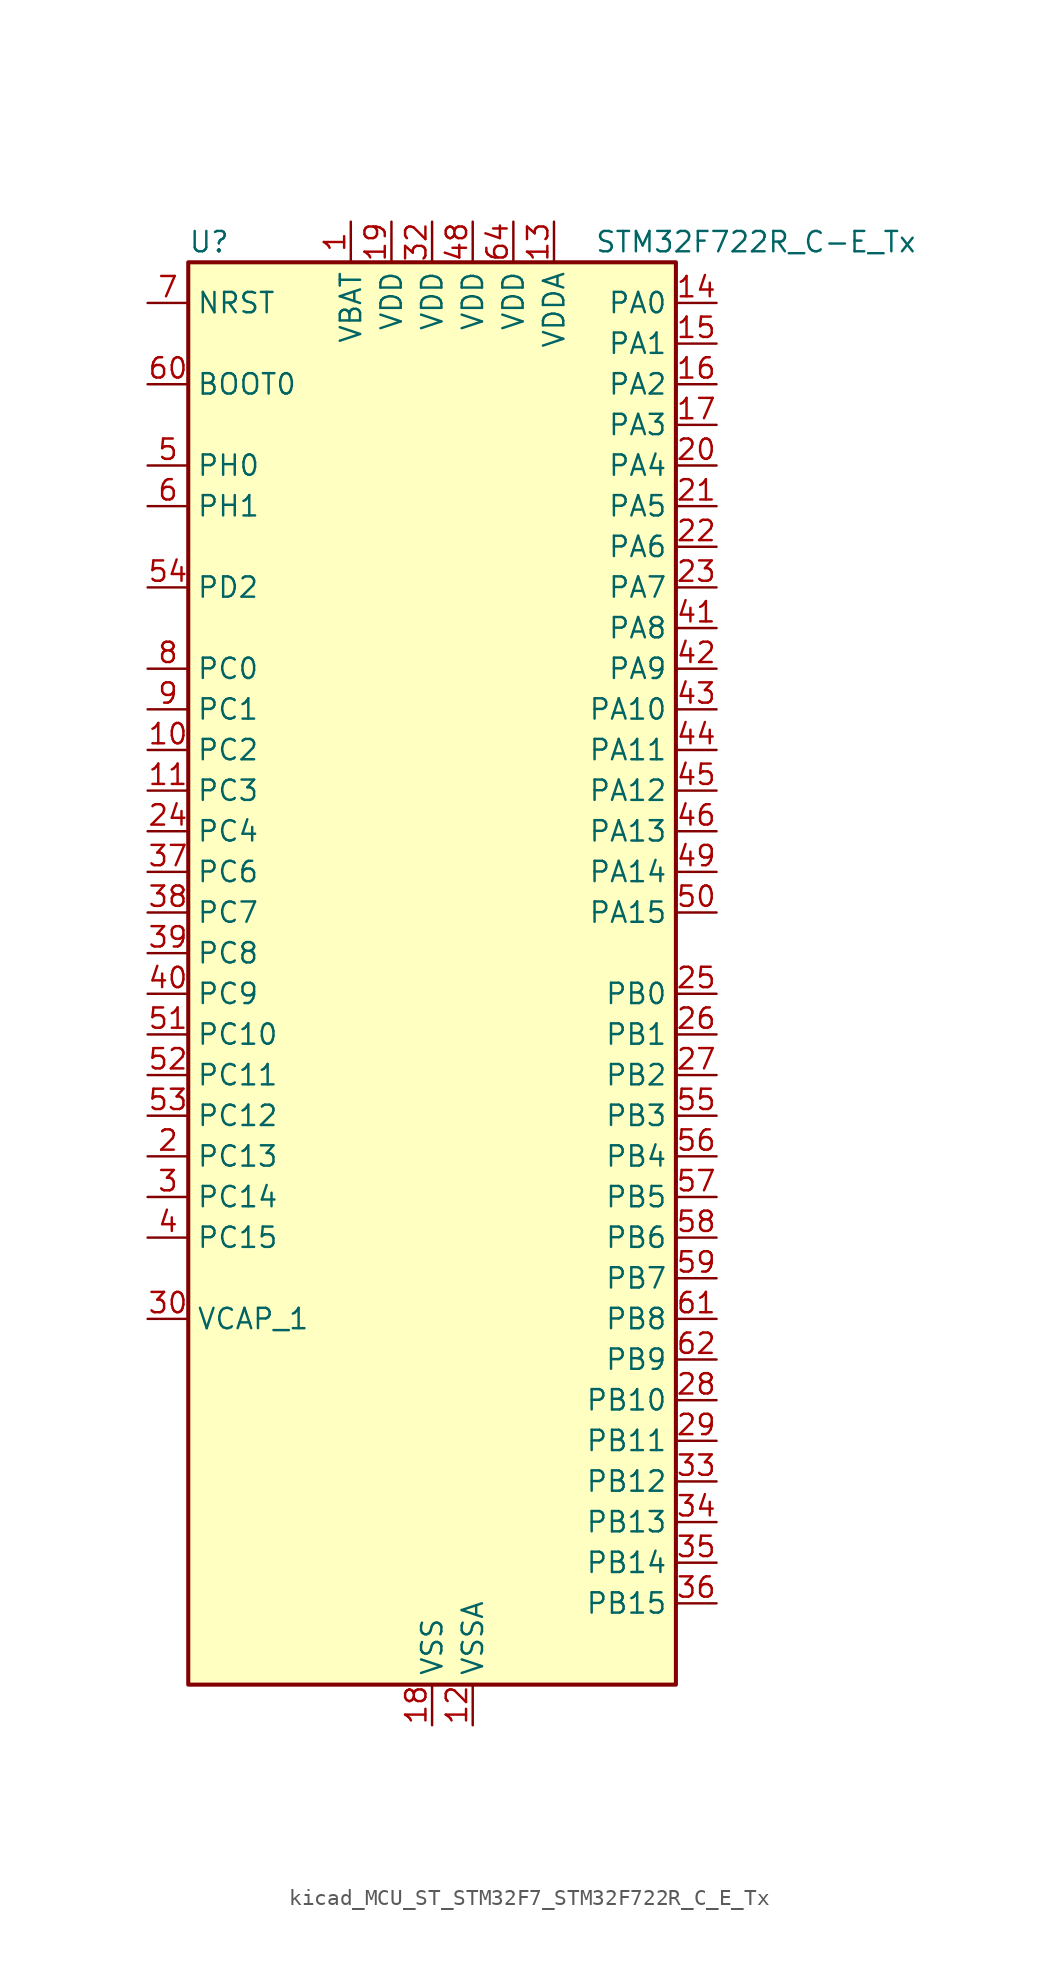
<source format=kicad_sym>
(kicad_symbol_lib
  (version 20220914)
  (generator kicad_symbol_editor)
  (symbol "kicad_MCU_ST_STM32F7_STM32F722R_C_E_Tx"
    (property "Reference" "U"
      (at -15.24 46.99 0)
      (effects (font (size 1.27 1.27)) (justify left)))
    (property "Value" "STM32F722R_C-E_Tx"
      (at 10.16 46.99 0)
      (effects (font (size 1.27 1.27)) (justify left)))
    (property "ki_locked" ""
      (at 0 0 0)
      (effects (font (size 1.27 1.27))))
    (symbol "kicad_MCU_ST_STM32F7_STM32F722R_C_E_Tx_0_1"
      (rectangle (start -15.24 -43.18) (end 15.24 45.72) (stroke (width 0.254) (type default)) (fill (type background))))
    (symbol "kicad_MCU_ST_STM32F7_STM32F722R_C_E_Tx_1_1"
      (pin power_in line (at -5.08 48.26 270) (length 2.54) (name "VBAT" (effects (font (size 1.27 1.27)))) (number "1" (effects (font (size 1.27 1.27)))))
      (pin bidirectional line (at -17.78 15.24 0) (length 2.54) (name "PC2" (effects (font (size 1.27 1.27)))) (number "10" (effects (font (size 1.27 1.27)))) (alternate "ADC1_IN12" bidirectional line) (alternate "ADC2_IN12" bidirectional line) (alternate "ADC3_IN12" bidirectional line) (alternate "SPI2_MISO" bidirectional line) (alternate "USB_OTG_HS_ULPI_DIR" bidirectional line))
      (pin bidirectional line (at -17.78 12.7 0) (length 2.54) (name "PC3" (effects (font (size 1.27 1.27)))) (number "11" (effects (font (size 1.27 1.27)))) (alternate "ADC1_IN13" bidirectional line) (alternate "ADC2_IN13" bidirectional line) (alternate "ADC3_IN13" bidirectional line) (alternate "I2S2_SD" bidirectional line) (alternate "SPI2_MOSI" bidirectional line) (alternate "USB_OTG_HS_ULPI_NXT" bidirectional line))
      (pin power_in line (at 2.54 -45.72 90) (length 2.54) (name "VSSA" (effects (font (size 1.27 1.27)))) (number "12" (effects (font (size 1.27 1.27)))))
      (pin power_in line (at 7.62 48.26 270) (length 2.54) (name "VDDA" (effects (font (size 1.27 1.27)))) (number "13" (effects (font (size 1.27 1.27)))))
      (pin bidirectional line (at 17.78 43.18 180) (length 2.54) (name "PA0" (effects (font (size 1.27 1.27)))) (number "14" (effects (font (size 1.27 1.27)))) (alternate "ADC1_IN0" bidirectional line) (alternate "ADC2_IN0" bidirectional line) (alternate "ADC3_IN0" bidirectional line) (alternate "SAI2_SD_B" bidirectional line) (alternate "SYS_WKUP1" bidirectional line) (alternate "TIM2_CH1" bidirectional line) (alternate "TIM2_ETR" bidirectional line) (alternate "TIM5_CH1" bidirectional line) (alternate "TIM8_ETR" bidirectional line) (alternate "UART4_TX" bidirectional line) (alternate "USART2_CTS" bidirectional line))
      (pin bidirectional line (at 17.78 40.64 180) (length 2.54) (name "PA1" (effects (font (size 1.27 1.27)))) (number "15" (effects (font (size 1.27 1.27)))) (alternate "ADC1_IN1" bidirectional line) (alternate "ADC2_IN1" bidirectional line) (alternate "ADC3_IN1" bidirectional line) (alternate "QUADSPI_BK1_IO3" bidirectional line) (alternate "SAI2_MCLK_B" bidirectional line) (alternate "TIM2_CH2" bidirectional line) (alternate "TIM5_CH2" bidirectional line) (alternate "UART4_RX" bidirectional line) (alternate "USART2_DE" bidirectional line) (alternate "USART2_RTS" bidirectional line))
      (pin bidirectional line (at 17.78 38.1 180) (length 2.54) (name "PA2" (effects (font (size 1.27 1.27)))) (number "16" (effects (font (size 1.27 1.27)))) (alternate "ADC1_IN2" bidirectional line) (alternate "ADC2_IN2" bidirectional line) (alternate "ADC3_IN2" bidirectional line) (alternate "SAI2_SCK_B" bidirectional line) (alternate "SYS_WKUP2" bidirectional line) (alternate "TIM2_CH3" bidirectional line) (alternate "TIM5_CH3" bidirectional line) (alternate "TIM9_CH1" bidirectional line) (alternate "USART2_TX" bidirectional line))
      (pin bidirectional line (at 17.78 35.56 180) (length 2.54) (name "PA3" (effects (font (size 1.27 1.27)))) (number "17" (effects (font (size 1.27 1.27)))) (alternate "ADC1_IN3" bidirectional line) (alternate "ADC2_IN3" bidirectional line) (alternate "ADC3_IN3" bidirectional line) (alternate "TIM2_CH4" bidirectional line) (alternate "TIM5_CH4" bidirectional line) (alternate "TIM9_CH2" bidirectional line) (alternate "USART2_RX" bidirectional line) (alternate "USB_OTG_HS_ULPI_D0" bidirectional line))
      (pin power_in line (at 0 -45.72 90) (length 2.54) (name "VSS" (effects (font (size 1.27 1.27)))) (number "18" (effects (font (size 1.27 1.27)))))
      (pin power_in line (at -2.54 48.26 270) (length 2.54) (name "VDD" (effects (font (size 1.27 1.27)))) (number "19" (effects (font (size 1.27 1.27)))))
      (pin bidirectional line (at -17.78 -10.16 0) (length 2.54) (name "PC13" (effects (font (size 1.27 1.27)))) (number "2" (effects (font (size 1.27 1.27)))) (alternate "RTC_OUT" bidirectional line) (alternate "RTC_TAMP1" bidirectional line) (alternate "RTC_TS" bidirectional line) (alternate "SYS_WKUP4" bidirectional line))
      (pin bidirectional line (at 17.78 33.02 180) (length 2.54) (name "PA4" (effects (font (size 1.27 1.27)))) (number "20" (effects (font (size 1.27 1.27)))) (alternate "ADC1_IN4" bidirectional line) (alternate "ADC2_IN4" bidirectional line) (alternate "DAC_OUT1" bidirectional line) (alternate "I2S1_WS" bidirectional line) (alternate "I2S3_WS" bidirectional line) (alternate "SPI1_NSS" bidirectional line) (alternate "SPI3_NSS" bidirectional line) (alternate "USART2_CK" bidirectional line) (alternate "USB_OTG_HS_SOF" bidirectional line))
      (pin bidirectional line (at 17.78 30.48 180) (length 2.54) (name "PA5" (effects (font (size 1.27 1.27)))) (number "21" (effects (font (size 1.27 1.27)))) (alternate "ADC1_IN5" bidirectional line) (alternate "ADC2_IN5" bidirectional line) (alternate "DAC_OUT2" bidirectional line) (alternate "I2S1_CK" bidirectional line) (alternate "SPI1_SCK" bidirectional line) (alternate "TIM2_CH1" bidirectional line) (alternate "TIM2_ETR" bidirectional line) (alternate "TIM8_CH1N" bidirectional line) (alternate "USB_OTG_HS_ULPI_CK" bidirectional line))
      (pin bidirectional line (at 17.78 27.94 180) (length 2.54) (name "PA6" (effects (font (size 1.27 1.27)))) (number "22" (effects (font (size 1.27 1.27)))) (alternate "ADC1_IN6" bidirectional line) (alternate "ADC2_IN6" bidirectional line) (alternate "SPI1_MISO" bidirectional line) (alternate "TIM13_CH1" bidirectional line) (alternate "TIM1_BKIN" bidirectional line) (alternate "TIM3_CH1" bidirectional line) (alternate "TIM8_BKIN" bidirectional line))
      (pin bidirectional line (at 17.78 25.4 180) (length 2.54) (name "PA7" (effects (font (size 1.27 1.27)))) (number "23" (effects (font (size 1.27 1.27)))) (alternate "ADC1_IN7" bidirectional line) (alternate "ADC2_IN7" bidirectional line) (alternate "I2S1_SD" bidirectional line) (alternate "SPI1_MOSI" bidirectional line) (alternate "TIM14_CH1" bidirectional line) (alternate "TIM1_CH1N" bidirectional line) (alternate "TIM3_CH2" bidirectional line) (alternate "TIM8_CH1N" bidirectional line))
      (pin bidirectional line (at -17.78 10.16 0) (length 2.54) (name "PC4" (effects (font (size 1.27 1.27)))) (number "24" (effects (font (size 1.27 1.27)))) (alternate "ADC1_IN14" bidirectional line) (alternate "ADC2_IN14" bidirectional line) (alternate "I2S1_MCK" bidirectional line))
      (pin bidirectional line (at 17.78 0 180) (length 2.54) (name "PB0" (effects (font (size 1.27 1.27)))) (number "25" (effects (font (size 1.27 1.27)))) (alternate "ADC1_IN8" bidirectional line) (alternate "ADC2_IN8" bidirectional line) (alternate "TIM1_CH2N" bidirectional line) (alternate "TIM3_CH3" bidirectional line) (alternate "TIM8_CH2N" bidirectional line) (alternate "UART4_CTS" bidirectional line) (alternate "USB_OTG_HS_ULPI_D1" bidirectional line))
      (pin bidirectional line (at 17.78 -2.54 180) (length 2.54) (name "PB1" (effects (font (size 1.27 1.27)))) (number "26" (effects (font (size 1.27 1.27)))) (alternate "ADC1_IN9" bidirectional line) (alternate "ADC2_IN9" bidirectional line) (alternate "TIM1_CH3N" bidirectional line) (alternate "TIM3_CH4" bidirectional line) (alternate "TIM8_CH3N" bidirectional line) (alternate "USB_OTG_HS_ULPI_D2" bidirectional line))
      (pin bidirectional line (at 17.78 -5.08 180) (length 2.54) (name "PB2" (effects (font (size 1.27 1.27)))) (number "27" (effects (font (size 1.27 1.27)))) (alternate "I2S3_SD" bidirectional line) (alternate "QUADSPI_CLK" bidirectional line) (alternate "SAI1_SD_A" bidirectional line) (alternate "SPI3_MOSI" bidirectional line))
      (pin bidirectional line (at 17.78 -25.4 180) (length 2.54) (name "PB10" (effects (font (size 1.27 1.27)))) (number "28" (effects (font (size 1.27 1.27)))) (alternate "I2C2_SCL" bidirectional line) (alternate "I2S2_CK" bidirectional line) (alternate "SPI2_SCK" bidirectional line) (alternate "TIM2_CH3" bidirectional line) (alternate "USART3_TX" bidirectional line) (alternate "USB_OTG_HS_ULPI_D3" bidirectional line))
      (pin bidirectional line (at 17.78 -27.94 180) (length 2.54) (name "PB11" (effects (font (size 1.27 1.27)))) (number "29" (effects (font (size 1.27 1.27)))) (alternate "ADC1_EXTI11" bidirectional line) (alternate "ADC2_EXTI11" bidirectional line) (alternate "ADC3_EXTI11" bidirectional line) (alternate "I2C2_SDA" bidirectional line) (alternate "TIM2_CH4" bidirectional line) (alternate "USART3_RX" bidirectional line) (alternate "USB_OTG_HS_ULPI_D4" bidirectional line))
      (pin bidirectional line (at -17.78 -12.7 0) (length 2.54) (name "PC14" (effects (font (size 1.27 1.27)))) (number "3" (effects (font (size 1.27 1.27)))) (alternate "RCC_OSC32_IN" bidirectional line))
      (pin power_out line (at -17.78 -20.32 0) (length 2.54) (name "VCAP_1" (effects (font (size 1.27 1.27)))) (number "30" (effects (font (size 1.27 1.27)))))
      (pin passive line (at 0 -45.72 90) (length 2.54) hide (name "VSS" (effects (font (size 1.27 1.27)))) (number "31" (effects (font (size 1.27 1.27)))))
      (pin power_in line (at 0 48.26 270) (length 2.54) (name "VDD" (effects (font (size 1.27 1.27)))) (number "32" (effects (font (size 1.27 1.27)))))
      (pin bidirectional line (at 17.78 -30.48 180) (length 2.54) (name "PB12" (effects (font (size 1.27 1.27)))) (number "33" (effects (font (size 1.27 1.27)))) (alternate "I2C2_SMBA" bidirectional line) (alternate "I2S2_WS" bidirectional line) (alternate "SPI2_NSS" bidirectional line) (alternate "TIM1_BKIN" bidirectional line) (alternate "USART3_CK" bidirectional line) (alternate "USB_OTG_HS_ID" bidirectional line) (alternate "USB_OTG_HS_ULPI_D5" bidirectional line))
      (pin bidirectional line (at 17.78 -33.02 180) (length 2.54) (name "PB13" (effects (font (size 1.27 1.27)))) (number "34" (effects (font (size 1.27 1.27)))) (alternate "I2S2_CK" bidirectional line) (alternate "SPI2_SCK" bidirectional line) (alternate "TIM1_CH1N" bidirectional line) (alternate "USART3_CTS" bidirectional line) (alternate "USB_OTG_HS_ULPI_D6" bidirectional line) (alternate "USB_OTG_HS_VBUS" bidirectional line))
      (pin bidirectional line (at 17.78 -35.56 180) (length 2.54) (name "PB14" (effects (font (size 1.27 1.27)))) (number "35" (effects (font (size 1.27 1.27)))) (alternate "SPI2_MISO" bidirectional line) (alternate "TIM12_CH1" bidirectional line) (alternate "TIM1_CH2N" bidirectional line) (alternate "TIM8_CH2N" bidirectional line) (alternate "USART3_DE" bidirectional line) (alternate "USART3_RTS" bidirectional line) (alternate "USB_OTG_HS_DM" bidirectional line))
      (pin bidirectional line (at 17.78 -38.1 180) (length 2.54) (name "PB15" (effects (font (size 1.27 1.27)))) (number "36" (effects (font (size 1.27 1.27)))) (alternate "I2S2_SD" bidirectional line) (alternate "RTC_REFIN" bidirectional line) (alternate "SPI2_MOSI" bidirectional line) (alternate "TIM12_CH2" bidirectional line) (alternate "TIM1_CH3N" bidirectional line) (alternate "TIM8_CH3N" bidirectional line) (alternate "USB_OTG_HS_DP" bidirectional line))
      (pin bidirectional line (at -17.78 7.62 0) (length 2.54) (name "PC6" (effects (font (size 1.27 1.27)))) (number "37" (effects (font (size 1.27 1.27)))) (alternate "I2S2_MCK" bidirectional line) (alternate "SDMMC1_D6" bidirectional line) (alternate "TIM3_CH1" bidirectional line) (alternate "TIM8_CH1" bidirectional line) (alternate "USART6_TX" bidirectional line))
      (pin bidirectional line (at -17.78 5.08 0) (length 2.54) (name "PC7" (effects (font (size 1.27 1.27)))) (number "38" (effects (font (size 1.27 1.27)))) (alternate "I2S3_MCK" bidirectional line) (alternate "SDMMC1_D7" bidirectional line) (alternate "TIM3_CH2" bidirectional line) (alternate "TIM8_CH2" bidirectional line) (alternate "USART6_RX" bidirectional line))
      (pin bidirectional line (at -17.78 2.54 0) (length 2.54) (name "PC8" (effects (font (size 1.27 1.27)))) (number "39" (effects (font (size 1.27 1.27)))) (alternate "SDMMC1_D0" bidirectional line) (alternate "SYS_TRACED1" bidirectional line) (alternate "TIM3_CH3" bidirectional line) (alternate "TIM8_CH3" bidirectional line) (alternate "UART5_DE" bidirectional line) (alternate "UART5_RTS" bidirectional line) (alternate "USART6_CK" bidirectional line))
      (pin bidirectional line (at -17.78 -15.24 0) (length 2.54) (name "PC15" (effects (font (size 1.27 1.27)))) (number "4" (effects (font (size 1.27 1.27)))) (alternate "RCC_OSC32_OUT" bidirectional line))
      (pin bidirectional line (at -17.78 0 0) (length 2.54) (name "PC9" (effects (font (size 1.27 1.27)))) (number "40" (effects (font (size 1.27 1.27)))) (alternate "DAC_EXTI9" bidirectional line) (alternate "I2C3_SDA" bidirectional line) (alternate "I2S_CKIN" bidirectional line) (alternate "QUADSPI_BK1_IO0" bidirectional line) (alternate "RCC_MCO_2" bidirectional line) (alternate "SDMMC1_D1" bidirectional line) (alternate "TIM3_CH4" bidirectional line) (alternate "TIM8_CH4" bidirectional line) (alternate "UART5_CTS" bidirectional line))
      (pin bidirectional line (at 17.78 22.86 180) (length 2.54) (name "PA8" (effects (font (size 1.27 1.27)))) (number "41" (effects (font (size 1.27 1.27)))) (alternate "I2C3_SCL" bidirectional line) (alternate "RCC_MCO_1" bidirectional line) (alternate "TIM1_CH1" bidirectional line) (alternate "TIM8_BKIN2" bidirectional line) (alternate "USART1_CK" bidirectional line) (alternate "USB_OTG_FS_SOF" bidirectional line))
      (pin bidirectional line (at 17.78 20.32 180) (length 2.54) (name "PA9" (effects (font (size 1.27 1.27)))) (number "42" (effects (font (size 1.27 1.27)))) (alternate "DAC_EXTI9" bidirectional line) (alternate "I2C3_SMBA" bidirectional line) (alternate "I2S2_CK" bidirectional line) (alternate "SPI2_SCK" bidirectional line) (alternate "TIM1_CH2" bidirectional line) (alternate "USART1_TX" bidirectional line) (alternate "USB_OTG_FS_VBUS" bidirectional line))
      (pin bidirectional line (at 17.78 17.78 180) (length 2.54) (name "PA10" (effects (font (size 1.27 1.27)))) (number "43" (effects (font (size 1.27 1.27)))) (alternate "TIM1_CH3" bidirectional line) (alternate "USART1_RX" bidirectional line) (alternate "USB_OTG_FS_ID" bidirectional line))
      (pin bidirectional line (at 17.78 15.24 180) (length 2.54) (name "PA11" (effects (font (size 1.27 1.27)))) (number "44" (effects (font (size 1.27 1.27)))) (alternate "ADC1_EXTI11" bidirectional line) (alternate "ADC2_EXTI11" bidirectional line) (alternate "ADC3_EXTI11" bidirectional line) (alternate "CAN1_RX" bidirectional line) (alternate "TIM1_CH4" bidirectional line) (alternate "USART1_CTS" bidirectional line) (alternate "USB_OTG_FS_DM" bidirectional line))
      (pin bidirectional line (at 17.78 12.7 180) (length 2.54) (name "PA12" (effects (font (size 1.27 1.27)))) (number "45" (effects (font (size 1.27 1.27)))) (alternate "CAN1_TX" bidirectional line) (alternate "SAI2_FS_B" bidirectional line) (alternate "TIM1_ETR" bidirectional line) (alternate "USART1_DE" bidirectional line) (alternate "USART1_RTS" bidirectional line) (alternate "USB_OTG_FS_DP" bidirectional line))
      (pin bidirectional line (at 17.78 10.16 180) (length 2.54) (name "PA13" (effects (font (size 1.27 1.27)))) (number "46" (effects (font (size 1.27 1.27)))) (alternate "SYS_JTMS-SWDIO" bidirectional line))
      (pin passive line (at 0 -45.72 90) (length 2.54) hide (name "VSS" (effects (font (size 1.27 1.27)))) (number "47" (effects (font (size 1.27 1.27)))))
      (pin power_in line (at 2.54 48.26 270) (length 2.54) (name "VDD" (effects (font (size 1.27 1.27)))) (number "48" (effects (font (size 1.27 1.27)))))
      (pin bidirectional line (at 17.78 7.62 180) (length 2.54) (name "PA14" (effects (font (size 1.27 1.27)))) (number "49" (effects (font (size 1.27 1.27)))) (alternate "SYS_JTCK-SWCLK" bidirectional line))
      (pin bidirectional line (at -17.78 33.02 0) (length 2.54) (name "PH0" (effects (font (size 1.27 1.27)))) (number "5" (effects (font (size 1.27 1.27)))) (alternate "RCC_OSC_IN" bidirectional line))
      (pin bidirectional line (at 17.78 5.08 180) (length 2.54) (name "PA15" (effects (font (size 1.27 1.27)))) (number "50" (effects (font (size 1.27 1.27)))) (alternate "I2S1_WS" bidirectional line) (alternate "I2S3_WS" bidirectional line) (alternate "SPI1_NSS" bidirectional line) (alternate "SPI3_NSS" bidirectional line) (alternate "SYS_JTDI" bidirectional line) (alternate "TIM2_CH1" bidirectional line) (alternate "TIM2_ETR" bidirectional line) (alternate "UART4_DE" bidirectional line) (alternate "UART4_RTS" bidirectional line))
      (pin bidirectional line (at -17.78 -2.54 0) (length 2.54) (name "PC10" (effects (font (size 1.27 1.27)))) (number "51" (effects (font (size 1.27 1.27)))) (alternate "I2S3_CK" bidirectional line) (alternate "QUADSPI_BK1_IO1" bidirectional line) (alternate "SDMMC1_D2" bidirectional line) (alternate "SPI3_SCK" bidirectional line) (alternate "UART4_TX" bidirectional line) (alternate "USART3_TX" bidirectional line))
      (pin bidirectional line (at -17.78 -5.08 0) (length 2.54) (name "PC11" (effects (font (size 1.27 1.27)))) (number "52" (effects (font (size 1.27 1.27)))) (alternate "ADC1_EXTI11" bidirectional line) (alternate "ADC2_EXTI11" bidirectional line) (alternate "ADC3_EXTI11" bidirectional line) (alternate "QUADSPI_BK2_NCS" bidirectional line) (alternate "SDMMC1_D3" bidirectional line) (alternate "SPI3_MISO" bidirectional line) (alternate "UART4_RX" bidirectional line) (alternate "USART3_RX" bidirectional line))
      (pin bidirectional line (at -17.78 -7.62 0) (length 2.54) (name "PC12" (effects (font (size 1.27 1.27)))) (number "53" (effects (font (size 1.27 1.27)))) (alternate "I2S3_SD" bidirectional line) (alternate "SDMMC1_CK" bidirectional line) (alternate "SPI3_MOSI" bidirectional line) (alternate "SYS_TRACED3" bidirectional line) (alternate "UART5_TX" bidirectional line) (alternate "USART3_CK" bidirectional line))
      (pin bidirectional line (at -17.78 25.4 0) (length 2.54) (name "PD2" (effects (font (size 1.27 1.27)))) (number "54" (effects (font (size 1.27 1.27)))) (alternate "SDMMC1_CMD" bidirectional line) (alternate "SYS_TRACED2" bidirectional line) (alternate "TIM3_ETR" bidirectional line) (alternate "UART5_RX" bidirectional line))
      (pin bidirectional line (at 17.78 -7.62 180) (length 2.54) (name "PB3" (effects (font (size 1.27 1.27)))) (number "55" (effects (font (size 1.27 1.27)))) (alternate "I2S1_CK" bidirectional line) (alternate "I2S3_CK" bidirectional line) (alternate "SPI1_SCK" bidirectional line) (alternate "SPI3_SCK" bidirectional line) (alternate "SYS_JTDO-SWO" bidirectional line) (alternate "TIM2_CH2" bidirectional line))
      (pin bidirectional line (at 17.78 -10.16 180) (length 2.54) (name "PB4" (effects (font (size 1.27 1.27)))) (number "56" (effects (font (size 1.27 1.27)))) (alternate "I2S2_WS" bidirectional line) (alternate "SPI1_MISO" bidirectional line) (alternate "SPI2_NSS" bidirectional line) (alternate "SPI3_MISO" bidirectional line) (alternate "SYS_JTRST" bidirectional line) (alternate "TIM3_CH1" bidirectional line))
      (pin bidirectional line (at 17.78 -12.7 180) (length 2.54) (name "PB5" (effects (font (size 1.27 1.27)))) (number "57" (effects (font (size 1.27 1.27)))) (alternate "I2C1_SMBA" bidirectional line) (alternate "I2S1_SD" bidirectional line) (alternate "I2S3_SD" bidirectional line) (alternate "SPI1_MOSI" bidirectional line) (alternate "SPI3_MOSI" bidirectional line) (alternate "TIM3_CH2" bidirectional line) (alternate "USB_OTG_HS_ULPI_D7" bidirectional line))
      (pin bidirectional line (at 17.78 -15.24 180) (length 2.54) (name "PB6" (effects (font (size 1.27 1.27)))) (number "58" (effects (font (size 1.27 1.27)))) (alternate "I2C1_SCL" bidirectional line) (alternate "QUADSPI_BK1_NCS" bidirectional line) (alternate "TIM4_CH1" bidirectional line) (alternate "USART1_TX" bidirectional line))
      (pin bidirectional line (at 17.78 -17.78 180) (length 2.54) (name "PB7" (effects (font (size 1.27 1.27)))) (number "59" (effects (font (size 1.27 1.27)))) (alternate "I2C1_SDA" bidirectional line) (alternate "TIM4_CH2" bidirectional line) (alternate "USART1_RX" bidirectional line))
      (pin bidirectional line (at -17.78 30.48 0) (length 2.54) (name "PH1" (effects (font (size 1.27 1.27)))) (number "6" (effects (font (size 1.27 1.27)))) (alternate "RCC_OSC_OUT" bidirectional line))
      (pin input line (at -17.78 38.1 0) (length 2.54) (name "BOOT0" (effects (font (size 1.27 1.27)))) (number "60" (effects (font (size 1.27 1.27)))))
      (pin bidirectional line (at 17.78 -20.32 180) (length 2.54) (name "PB8" (effects (font (size 1.27 1.27)))) (number "61" (effects (font (size 1.27 1.27)))) (alternate "CAN1_RX" bidirectional line) (alternate "I2C1_SCL" bidirectional line) (alternate "SDMMC1_D4" bidirectional line) (alternate "TIM10_CH1" bidirectional line) (alternate "TIM4_CH3" bidirectional line))
      (pin bidirectional line (at 17.78 -22.86 180) (length 2.54) (name "PB9" (effects (font (size 1.27 1.27)))) (number "62" (effects (font (size 1.27 1.27)))) (alternate "CAN1_TX" bidirectional line) (alternate "DAC_EXTI9" bidirectional line) (alternate "I2C1_SDA" bidirectional line) (alternate "I2S2_WS" bidirectional line) (alternate "SDMMC1_D5" bidirectional line) (alternate "SPI2_NSS" bidirectional line) (alternate "TIM11_CH1" bidirectional line) (alternate "TIM4_CH4" bidirectional line))
      (pin passive line (at 0 -45.72 90) (length 2.54) hide (name "VSS" (effects (font (size 1.27 1.27)))) (number "63" (effects (font (size 1.27 1.27)))))
      (pin power_in line (at 5.08 48.26 270) (length 2.54) (name "VDD" (effects (font (size 1.27 1.27)))) (number "64" (effects (font (size 1.27 1.27)))))
      (pin input line (at -17.78 43.18 0) (length 2.54) (name "NRST" (effects (font (size 1.27 1.27)))) (number "7" (effects (font (size 1.27 1.27)))))
      (pin bidirectional line (at -17.78 20.32 0) (length 2.54) (name "PC0" (effects (font (size 1.27 1.27)))) (number "8" (effects (font (size 1.27 1.27)))) (alternate "ADC1_IN10" bidirectional line) (alternate "ADC2_IN10" bidirectional line) (alternate "ADC3_IN10" bidirectional line) (alternate "SAI2_FS_B" bidirectional line) (alternate "USB_OTG_HS_ULPI_STP" bidirectional line))
      (pin bidirectional line (at -17.78 17.78 0) (length 2.54) (name "PC1" (effects (font (size 1.27 1.27)))) (number "9" (effects (font (size 1.27 1.27)))) (alternate "ADC1_IN11" bidirectional line) (alternate "ADC2_IN11" bidirectional line) (alternate "ADC3_IN11" bidirectional line) (alternate "I2S2_SD" bidirectional line) (alternate "RTC_TAMP3" bidirectional line) (alternate "RTC_TS" bidirectional line) (alternate "SAI1_SD_A" bidirectional line) (alternate "SPI2_MOSI" bidirectional line) (alternate "SYS_TRACED0" bidirectional line) (alternate "SYS_WKUP3" bidirectional line)))))
</source>
